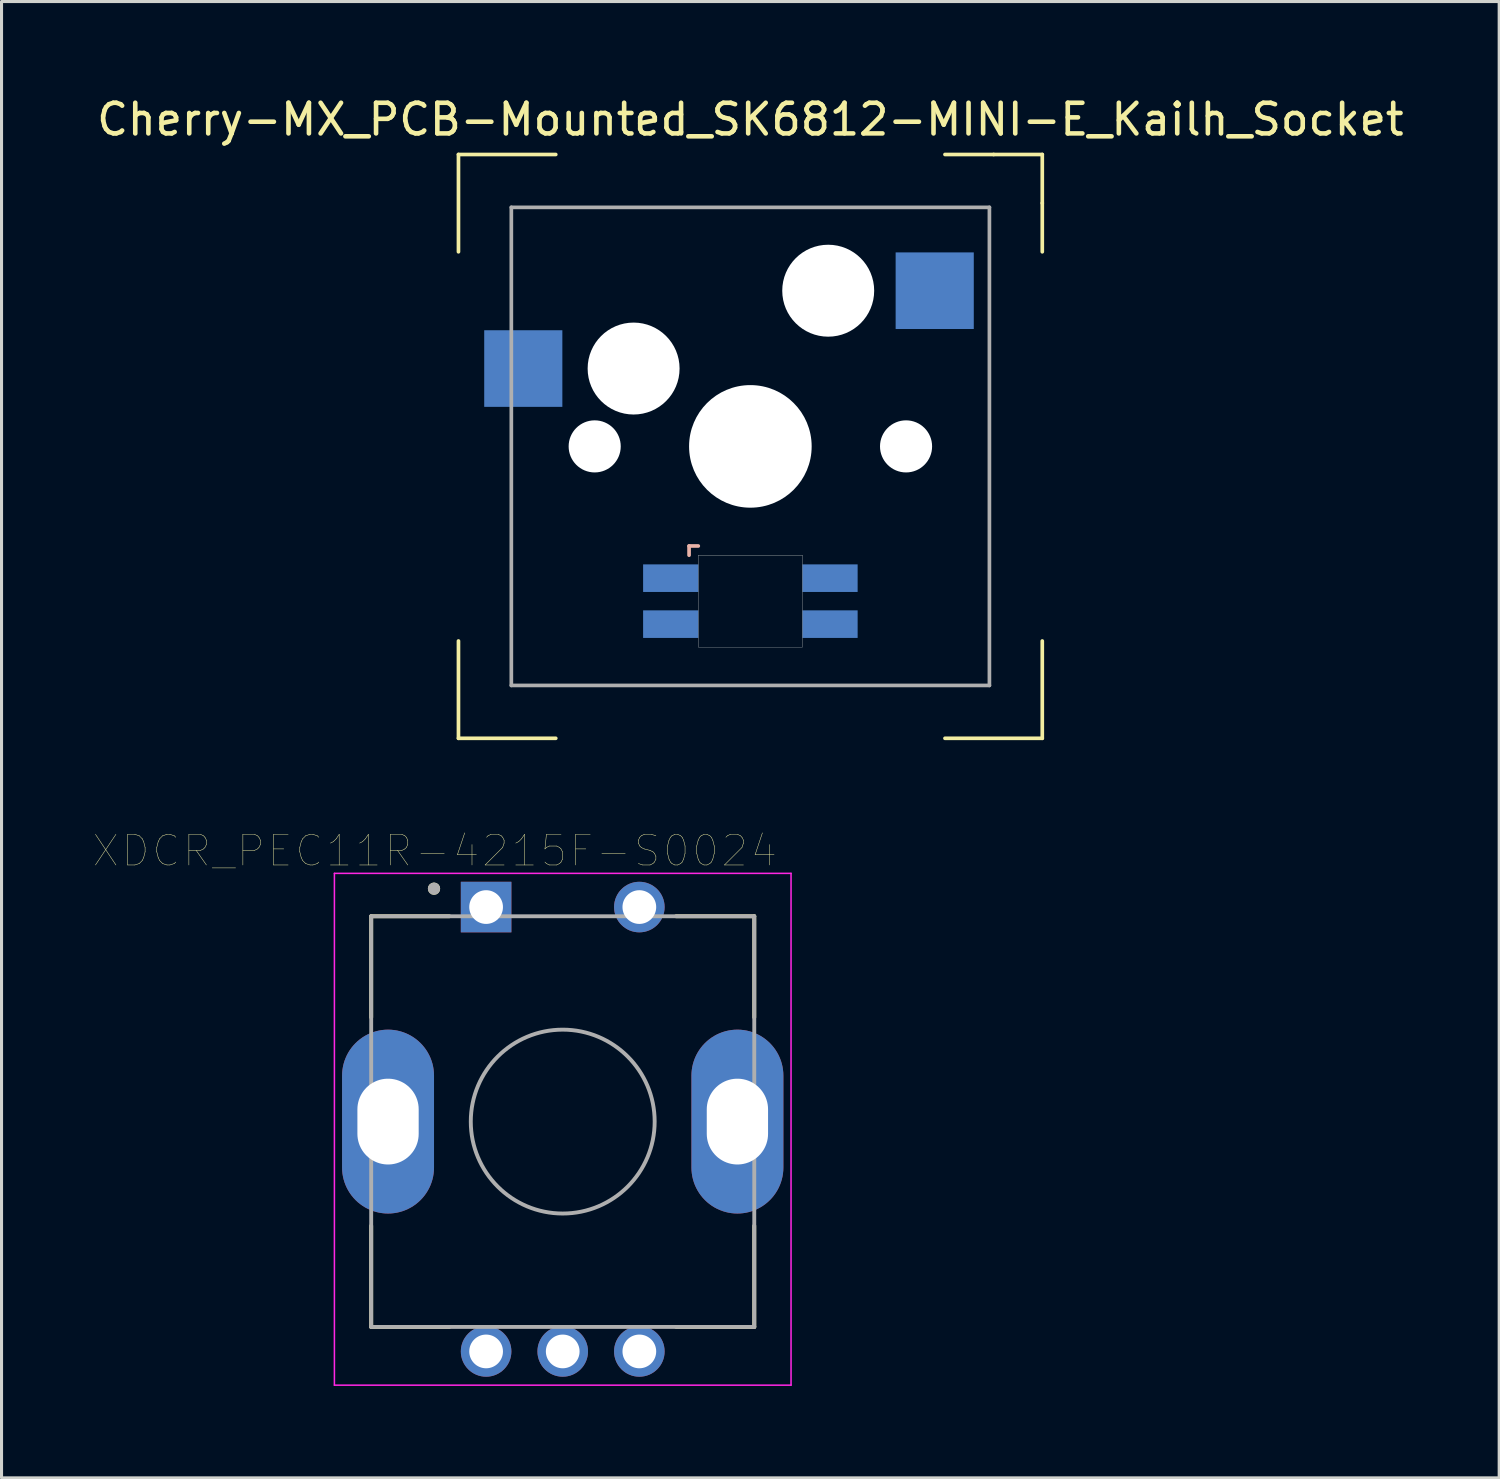
<source format=kicad_pcb>
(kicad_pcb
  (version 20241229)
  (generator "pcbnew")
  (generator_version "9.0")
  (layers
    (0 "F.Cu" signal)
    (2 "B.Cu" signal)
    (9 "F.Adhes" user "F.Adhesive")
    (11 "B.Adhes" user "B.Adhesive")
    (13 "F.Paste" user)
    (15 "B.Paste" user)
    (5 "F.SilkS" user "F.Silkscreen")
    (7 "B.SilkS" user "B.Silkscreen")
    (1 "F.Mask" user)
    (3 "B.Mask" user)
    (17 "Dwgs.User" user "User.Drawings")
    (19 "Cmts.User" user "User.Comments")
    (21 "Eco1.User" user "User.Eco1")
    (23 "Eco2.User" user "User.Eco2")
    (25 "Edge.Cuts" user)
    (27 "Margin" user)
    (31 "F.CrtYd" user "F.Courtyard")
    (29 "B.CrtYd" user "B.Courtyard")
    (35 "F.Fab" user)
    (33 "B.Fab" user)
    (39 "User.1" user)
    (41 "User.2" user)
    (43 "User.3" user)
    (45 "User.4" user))
  (footprint "Cherry-MX_PCB-Mounted_SK6812-MINI-E_Kailh_Socket"
    (layer "F.Cu")
    (at 21.435 11.516)
    (property "Reference" "Cherry-MX_PCB-Mounted_SK6812-MINI-E_Kailh_Socket" (at 0 -10.668 0) (layer "F.SilkS") (effects (font (size 1 1) (thickness 0.15))))
    (attr through_hole)
    (fp_line (start -9.525 -9.525) (end -9.525 -6.35) (stroke (width 0.12) (type solid)) (layer "F.SilkS"))
    (fp_line (start -9.525 -9.525) (end -6.35 -9.525) (stroke (width 0.12) (type solid)) (layer "F.SilkS"))
    (fp_line (start -9.525 9.525) (end -9.525 6.35) (stroke (width 0.12) (type solid)) (layer "F.SilkS"))
    (fp_line (start -9.525 9.525) (end -6.35 9.525) (stroke (width 0.12) (type solid)) (layer "F.SilkS"))
    (fp_line (start 7.938 -9.525) (end 6.35 -9.525) (stroke (width 0.12) (type solid)) (layer "F.SilkS"))
    (fp_line (start 7.938 -9.525) (end 9.525 -9.525) (stroke (width 0.12) (type solid)) (layer "F.SilkS"))
    (fp_line (start 9.525 -9.525) (end 9.525 -7.938) (stroke (width 0.12) (type solid)) (layer "F.SilkS"))
    (fp_line (start 9.525 -7.938) (end 9.525 -6.35) (stroke (width 0.12) (type solid)) (layer "F.SilkS"))
    (fp_line (start 9.525 9.525) (end 6.35 9.525) (stroke (width 0.12) (type solid)) (layer "F.SilkS"))
    (fp_line (start 9.525 9.525) (end 9.525 6.35) (stroke (width 0.12) (type solid)) (layer "F.SilkS"))
    (fp_line (start -2 3.25) (end -2 3.55) (stroke (width 0.12) (type solid)) (layer "B.SilkS"))
    (fp_line (start -1.7 3.25) (end -2 3.25) (stroke (width 0.12) (type solid)) (layer "B.SilkS"))
    (fp_poly (pts (xy 1.7 6.55) (xy -1.7 6.55) (xy -1.7 3.55) (xy 1.7 3.55)) (stroke (width 0.01) (type solid)) (fill no) (layer "Edge.Cuts"))
    (fp_line (start -7.8 -7.8) (end 7.8 -7.8) (stroke (width 0.12) (type solid)) (layer "F.Fab"))
    (fp_line (start -7.8 7.8) (end -7.8 -7.8) (stroke (width 0.12) (type solid)) (layer "F.Fab"))
    (fp_line (start 7.8 7.8) (end -7.8 7.8) (stroke (width 0.12) (type solid)) (layer "F.Fab"))
    (fp_line (start 7.8 7.8) (end 7.8 -7.8) (stroke (width 0.12) (type solid)) (layer "F.Fab"))
    (pad "" np_thru_hole circle (at -5.08 0) (size 1.7 1.7) (drill 1.7) (layers "*.Cu" "*.Mask"))
    (pad "" np_thru_hole circle (at -3.81 -2.54) (size 3 3) (drill 3) (layers "*.Cu" "*.Mask"))
    (pad "" np_thru_hole circle (at 0 0) (size 4 4) (drill 4) (layers "*.Cu" "*.Mask"))
    (pad "" np_thru_hole circle (at 2.54 -5.08) (size 3 3) (drill 3) (layers "*.Cu" "*.Mask"))
    (pad "" np_thru_hole circle (at 5.08 0) (size 1.7 1.7) (drill 1.7) (layers "*.Cu" "*.Mask"))
    (pad "1" smd rect (at -2.6 4.3) (size 1.8 0.9) (layers "B.Cu" "B.Mask" "B.Paste"))
    (pad "2" smd rect (at -2.6 5.8) (size 1.8 0.9) (layers "B.Cu" "B.Mask" "B.Paste"))
    (pad "3" smd rect (at 2.6 5.8) (size 1.8 0.9) (layers "B.Cu" "B.Mask" "B.Paste"))
    (pad "4" smd rect (at 2.6 4.3) (size 1.8 0.9) (layers "B.Cu" "B.Mask" "B.Paste"))
    (pad "5" smd rect (at -7.41 -2.54) (size 2.55 2.5) (layers "B.Cu" "B.Mask" "B.Paste"))
    (pad "6" smd rect (at 6.015 -5.08) (size 2.55 2.5) (layers "B.Cu" "B.Mask" "B.Paste")))
  (footprint "XDCR_PEC11R-4215F-S0024"
    (layer "F.Cu")
    (at 15.312 33.548)
    (property "Reference" "XDCR_PEC11R-4215F-S0024" (at -4.175 -8.835 0) (layer "F.SilkS") (effects (font (size 1 1) (thickness 0.015))))
    (attr through_hole)
    (fp_line (start -6.25 -6.7) (end -3.7 -6.7) (stroke (width 0.127) (type solid)) (layer "F.SilkS"))
    (fp_line (start -6.25 -3.4) (end -6.25 -6.7) (stroke (width 0.127) (type solid)) (layer "F.SilkS"))
    (fp_line (start -6.25 3.4) (end -6.25 6.7) (stroke (width 0.127) (type solid)) (layer "F.SilkS"))
    (fp_line (start -6.25 6.7) (end -3.7 6.7) (stroke (width 0.127) (type solid)) (layer "F.SilkS"))
    (fp_line (start 3.7 -6.7) (end 6.25 -6.7) (stroke (width 0.127) (type solid)) (layer "F.SilkS"))
    (fp_line (start 3.7 6.7) (end 6.25 6.7) (stroke (width 0.127) (type solid)) (layer "F.SilkS"))
    (fp_line (start 6.25 -6.7) (end 6.25 -3.4) (stroke (width 0.127) (type solid)) (layer "F.SilkS"))
    (fp_line (start 6.25 6.7) (end 6.25 3.4) (stroke (width 0.127) (type solid)) (layer "F.SilkS"))
    (fp_circle (center -4.2 -7.6) (end -4.1 -7.6) (stroke (width 0.2) (type solid)) (fill no) (layer "F.SilkS"))
    (fp_line (start -7.45 -8.1) (end -7.45 8.6) (stroke (width 0.05) (type solid)) (layer "F.CrtYd"))
    (fp_line (start -7.45 8.6) (end 7.45 8.6) (stroke (width 0.05) (type solid)) (layer "F.CrtYd"))
    (fp_line (start 7.45 -8.1) (end -7.45 -8.1) (stroke (width 0.05) (type solid)) (layer "F.CrtYd"))
    (fp_line (start 7.45 8.6) (end 7.45 -8.1) (stroke (width 0.05) (type solid)) (layer "F.CrtYd"))
    (fp_line (start -6.25 -6.7) (end 6.25 -6.7) (stroke (width 0.127) (type solid)) (layer "F.Fab"))
    (fp_line (start -6.25 6.7) (end -6.25 -6.7) (stroke (width 0.127) (type solid)) (layer "F.Fab"))
    (fp_line (start 6.25 -6.7) (end 6.25 6.7) (stroke (width 0.127) (type solid)) (layer "F.Fab"))
    (fp_line (start 6.25 6.7) (end -6.25 6.7) (stroke (width 0.127) (type solid)) (layer "F.Fab"))
    (fp_circle (center -4.2 -7.6) (end -4.1 -7.6) (stroke (width 0.2) (type solid)) (fill no) (layer "F.Fab"))
    (fp_circle (center 0 0) (end 3 0) (stroke (width 0.127) (type solid)) (fill no) (layer "F.Fab"))
    (pad "1" thru_hole rect (at -2.5 -7) (size 1.65 1.65) (drill 1.1) (layers "*.Cu" "*.Mask"))
    (pad "2" thru_hole circle (at 2.5 -7) (size 1.65 1.65) (drill 1.1) (layers "*.Cu" "*.Mask"))
    (pad "A" thru_hole circle (at -2.5 7.5) (size 1.65 1.65) (drill 1.1) (layers "*.Cu" "*.Mask"))
    (pad "B" thru_hole circle (at 2.5 7.5) (size 1.65 1.65) (drill 1.1) (layers "*.Cu" "*.Mask"))
    (pad "C" thru_hole circle (at 0 7.5) (size 1.65 1.65) (drill 1.1) (layers "*.Cu" "*.Mask"))
    (pad "S1" thru_hole oval (at -5.7 0) (size 3 6) (drill oval 2 2.8) (layers "*.Cu" "*.Mask"))
    (pad "S2" thru_hole oval (at 5.7 0) (size 3 6) (drill oval 2 2.8) (layers "*.Cu" "*.Mask")))
  (gr_rect
    (start -3 -3)
    (end 45.869 45.173)
    (stroke (width 0.1) (type default))
    (fill no)
    (layer "Edge.Cuts")))
</source>
